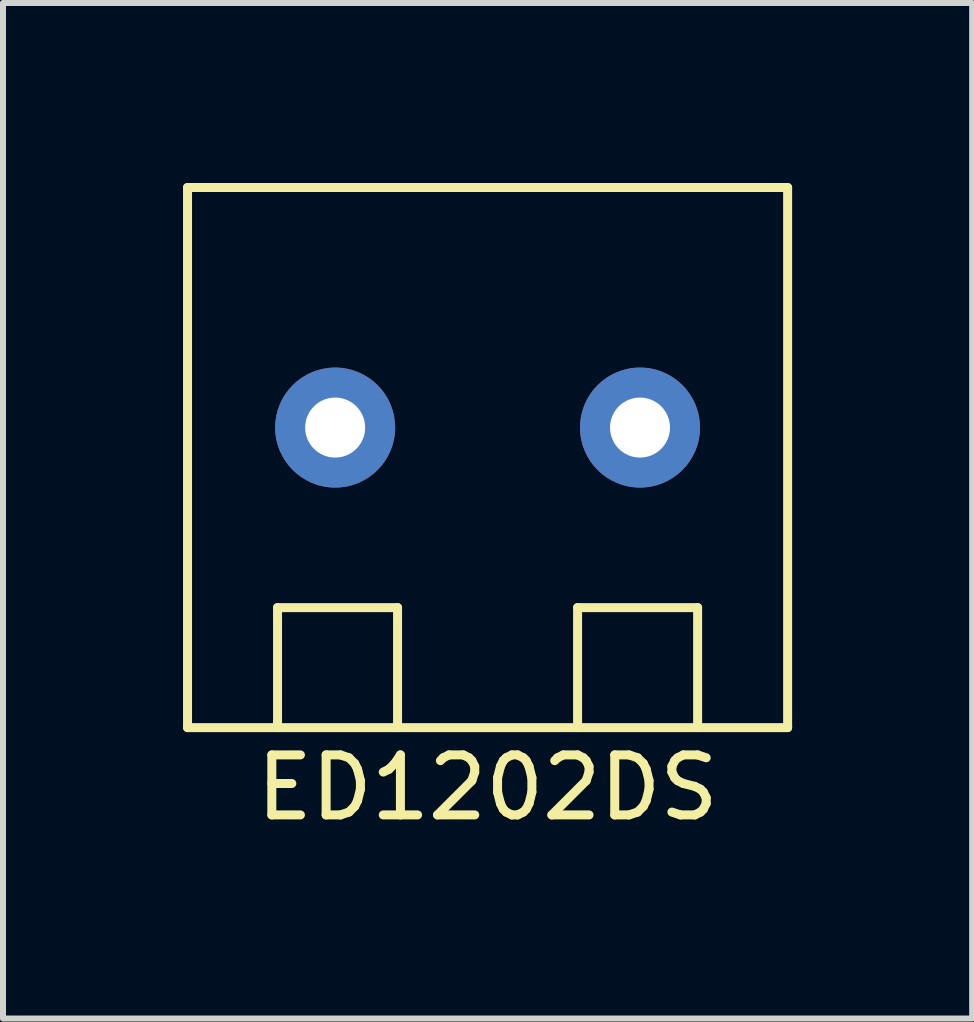
<source format=kicad_pcb>
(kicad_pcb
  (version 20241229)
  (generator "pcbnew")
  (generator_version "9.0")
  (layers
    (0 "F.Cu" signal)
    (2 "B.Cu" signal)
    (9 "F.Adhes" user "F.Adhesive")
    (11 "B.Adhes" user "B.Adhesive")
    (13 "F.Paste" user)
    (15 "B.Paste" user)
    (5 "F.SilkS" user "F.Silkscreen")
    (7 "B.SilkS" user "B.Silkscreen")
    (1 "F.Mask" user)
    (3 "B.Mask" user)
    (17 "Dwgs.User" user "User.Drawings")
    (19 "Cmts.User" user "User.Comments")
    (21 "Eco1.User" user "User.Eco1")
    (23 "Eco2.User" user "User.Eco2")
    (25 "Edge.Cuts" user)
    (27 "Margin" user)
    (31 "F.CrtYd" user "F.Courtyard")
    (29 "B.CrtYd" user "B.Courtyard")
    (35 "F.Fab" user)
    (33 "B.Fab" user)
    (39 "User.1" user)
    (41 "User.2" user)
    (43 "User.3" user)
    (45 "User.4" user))
  (footprint "ED1202DS"
    (layer "F.Cu")
    (at 5.075 4.075)
    (property "Reference" "ED1202DS" (at 0 6 0) (layer "F.SilkS") (effects (font (size 1 1) (thickness 0.15))))
    (attr through_hole)
    (fp_line (start -5 -4) (end 5 -4) (stroke (width 0.15) (type solid)) (layer "F.SilkS"))
    (fp_line (start -5 5) (end -5 -4) (stroke (width 0.15) (type solid)) (layer "F.SilkS"))
    (fp_line (start -5 5) (end 5 5) (stroke (width 0.15) (type solid)) (layer "F.SilkS"))
    (fp_line (start -3.5 3) (end -1.5 3) (stroke (width 0.15) (type solid)) (layer "F.SilkS"))
    (fp_line (start -3.5 5) (end -3.5 3) (stroke (width 0.15) (type solid)) (layer "F.SilkS"))
    (fp_line (start -1.5 3) (end -1.5 5) (stroke (width 0.15) (type solid)) (layer "F.SilkS"))
    (fp_line (start 1.5 3) (end 3.5 3) (stroke (width 0.15) (type solid)) (layer "F.SilkS"))
    (fp_line (start 1.5 5) (end 1.5 3) (stroke (width 0.15) (type solid)) (layer "F.SilkS"))
    (fp_line (start 3.5 3) (end 3.5 5) (stroke (width 0.15) (type solid)) (layer "F.SilkS"))
    (fp_line (start 5 -4) (end 5 5) (stroke (width 0.15) (type solid)) (layer "F.SilkS"))
    (pad "1" thru_hole circle (at -2.54 0) (size 2 2) (drill 1) (layers "*.Cu" "*.Mask"))
    (pad "2" thru_hole circle (at 2.54 0) (size 2 2) (drill 1) (layers "*.Cu" "*.Mask")))
  (gr_rect
    (start -3 -3)
    (end 13.15 13.923)
    (stroke (width 0.1) (type default))
    (fill no)
    (layer "Edge.Cuts")))
</source>
